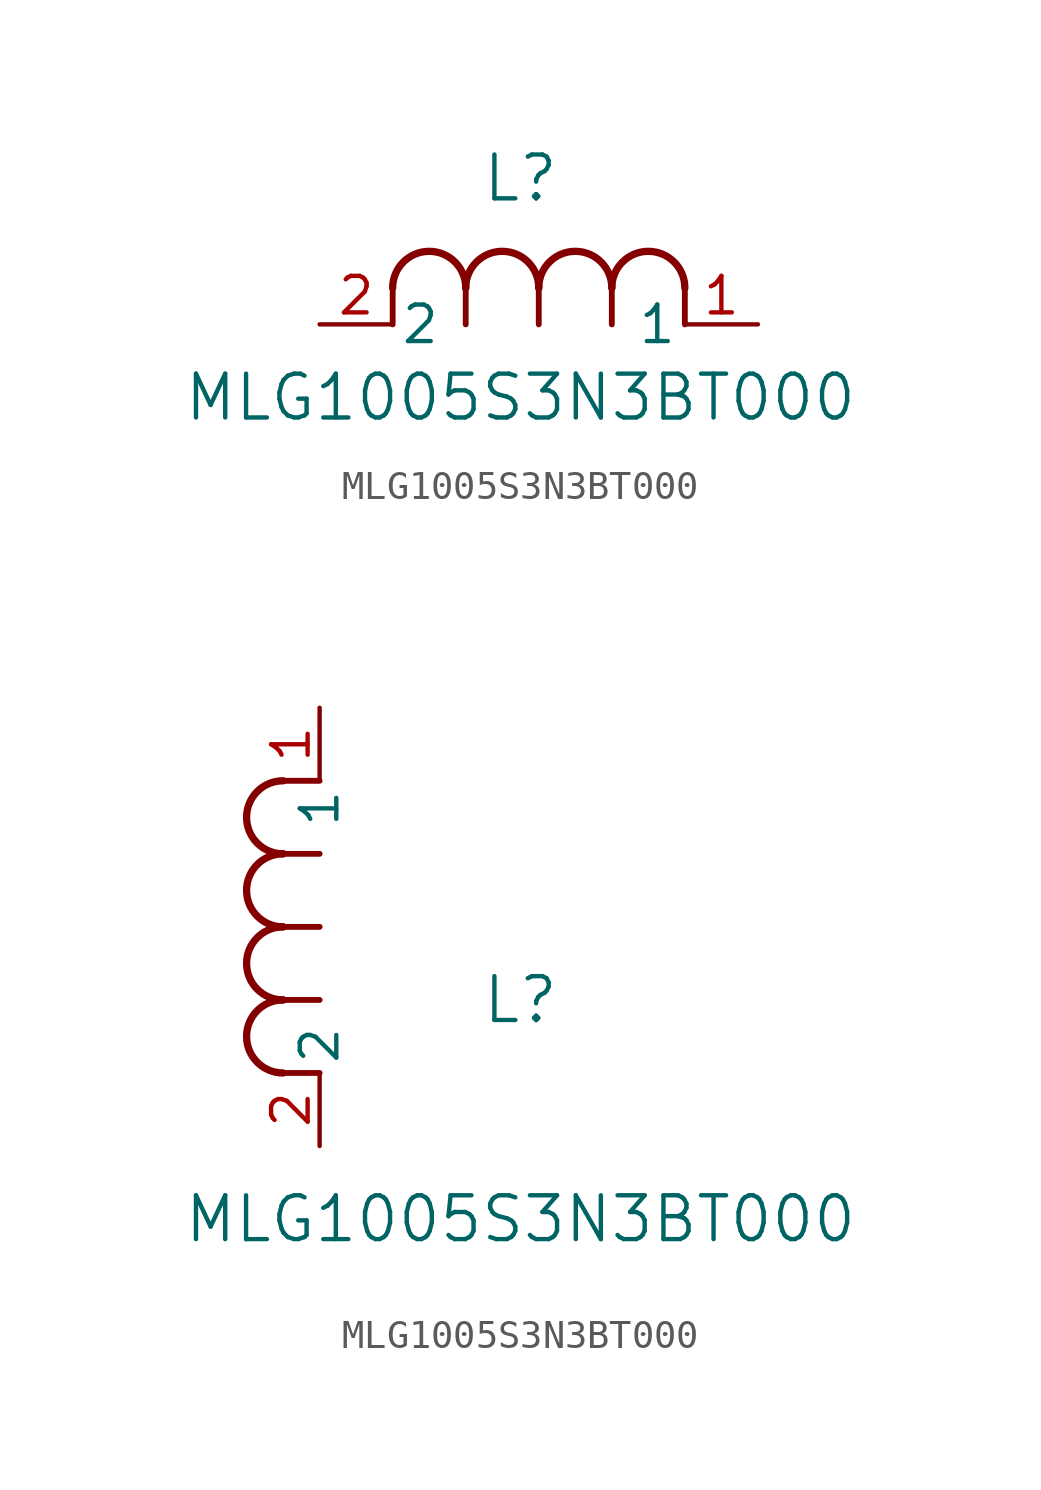
<source format=kicad_sym>
(kicad_symbol_lib
  (version 20211014)
  (generator kicad_symbol_editor)
  (symbol "MLG1005S3N3BT000"
    (pin_names
      (offset 0.254))
    (property "Reference" "L"
      (at 6.985 5.08 0)
      (effects (font (size 1.524 1.524))))
    (property "Value" "MLG1005S3N3BT000"
      (at 6.985 -2.54 0)
      (effects (font (size 1.524 1.524))))
    (symbol "MLG1005S3N3BT000_1_1"
      (arc (start 7.62 1.27) (mid 6.35 2.54) (end 5.08 1.27) (stroke (width 0.254) (type default) (color 0 0 0 0)) (fill (type none)))
      (polyline (pts (xy 5.08 0) (xy 5.08 1.27)) (stroke (width 0.203) (type default) (color 0 0 0 0)) (fill (type none)))
      (polyline (pts (xy 7.62 0) (xy 7.62 1.27)) (stroke (width 0.203) (type default) (color 0 0 0 0)) (fill (type none)))
      (polyline (pts (xy 12.7 0) (xy 12.7 1.27)) (stroke (width 0.203) (type default) (color 0 0 0 0)) (fill (type none)))
      (arc (start 5.08 1.27) (mid 3.81 2.54) (end 2.54 1.27) (stroke (width 0.254) (type default) (color 0 0 0 0)) (fill (type none)))
      (arc (start 10.16 1.27) (mid 8.89 2.54) (end 7.62 1.27) (stroke (width 0.254) (type default) (color 0 0 0 0)) (fill (type none)))
      (arc (start 12.7 1.27) (mid 11.43 2.54) (end 10.16 1.27) (stroke (width 0.254) (type default) (color 0 0 0 0)) (fill (type none)))
      (polyline (pts (xy 2.54 0) (xy 2.54 1.27)) (stroke (width 0.203) (type default) (color 0 0 0 0)) (fill (type none)))
      (polyline (pts (xy 10.16 0) (xy 10.16 1.27)) (stroke (width 0.203) (type default) (color 0 0 0 0)) (fill (type none)))
      (pin unspecified line (at 0 0 0) (length 2.54) (name "2" (effects (font (size 1.27 1.27)))) (number "2" (effects (font (size 1.27 1.27)))))
      (pin unspecified line (at 15.24 0 180) (length 2.54) (name "1" (effects (font (size 1.27 1.27)))) (number "1" (effects (font (size 1.27 1.27))))))
    (symbol "MLG1005S3N3BT000_1_2"
      (arc (start -1.27 7.62) (mid -2.54 6.35) (end -1.27 5.08) (stroke (width 0.254) (type default) (color 0 0 0 0)) (fill (type none)))
      (arc (start -1.27 5.08) (mid -2.54 3.81) (end -1.27 2.54) (stroke (width 0.254) (type default) (color 0 0 0 0)) (fill (type none)))
      (arc (start -1.27 12.7) (mid -2.54 11.43) (end -1.27 10.16) (stroke (width 0.254) (type default) (color 0 0 0 0)) (fill (type none)))
      (arc (start -1.27 10.16) (mid -2.54 8.89) (end -1.27 7.62) (stroke (width 0.254) (type default) (color 0 0 0 0)) (fill (type none)))
      (polyline (pts (xy 0 7.62) (xy -1.27 7.62)) (stroke (width 0.203) (type default) (color 0 0 0 0)) (fill (type none)))
      (polyline (pts (xy 0 5.08) (xy -1.27 5.08)) (stroke (width 0.203) (type default) (color 0 0 0 0)) (fill (type none)))
      (polyline (pts (xy 0 12.7) (xy -1.27 12.7)) (stroke (width 0.203) (type default) (color 0 0 0 0)) (fill (type none)))
      (polyline (pts (xy 0 2.54) (xy -1.27 2.54)) (stroke (width 0.203) (type default) (color 0 0 0 0)) (fill (type none)))
      (polyline (pts (xy 0 10.16) (xy -1.27 10.16)) (stroke (width 0.203) (type default) (color 0 0 0 0)) (fill (type none)))
      (pin unspecified line (at 0 0 90) (length 2.54) (name "2" (effects (font (size 1.27 1.27)))) (number "2" (effects (font (size 1.27 1.27)))))
      (pin unspecified line (at 0 15.24 270) (length 2.54) (name "1" (effects (font (size 1.27 1.27)))) (number "1" (effects (font (size 1.27 1.27))))))))
</source>
